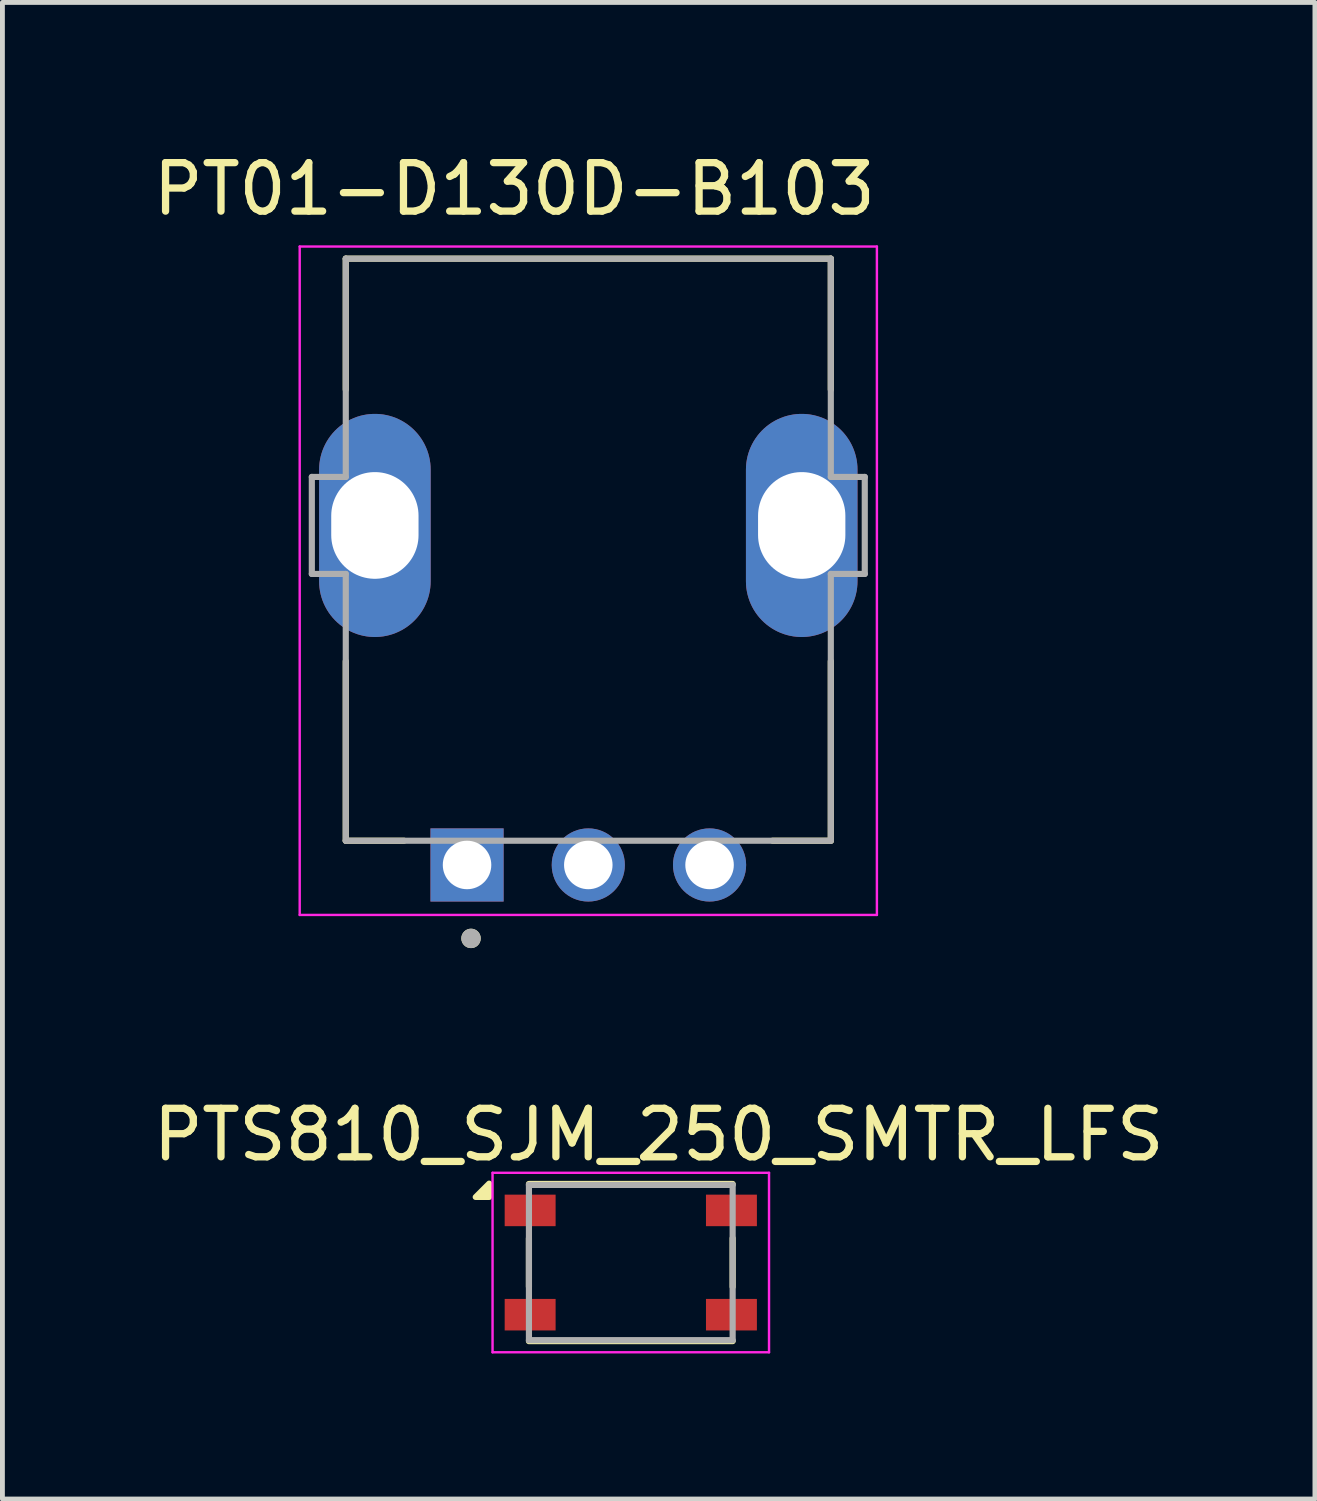
<source format=kicad_pcb>
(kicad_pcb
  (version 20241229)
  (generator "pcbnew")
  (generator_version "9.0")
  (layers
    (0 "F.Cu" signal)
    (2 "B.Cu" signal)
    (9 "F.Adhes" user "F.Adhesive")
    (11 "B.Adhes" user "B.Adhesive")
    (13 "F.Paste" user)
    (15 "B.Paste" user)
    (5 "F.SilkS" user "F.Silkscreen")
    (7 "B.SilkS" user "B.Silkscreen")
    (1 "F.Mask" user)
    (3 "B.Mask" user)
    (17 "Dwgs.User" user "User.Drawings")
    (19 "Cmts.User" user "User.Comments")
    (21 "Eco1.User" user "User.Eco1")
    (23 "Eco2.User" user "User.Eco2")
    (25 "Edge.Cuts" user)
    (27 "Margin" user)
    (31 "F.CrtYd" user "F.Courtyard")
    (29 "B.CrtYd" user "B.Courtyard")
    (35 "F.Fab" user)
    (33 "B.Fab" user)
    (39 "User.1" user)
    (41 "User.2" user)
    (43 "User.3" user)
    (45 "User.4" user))
  (footprint "PT01-D130D-B103"
    (layer "F.Cu")
    (at 9.079 7.783)
    (property "Reference" "PT01-D130D-B103" (at -1.525 -6.935 0) (layer "F.SilkS") (effects (font (size 1 1) (thickness 0.15))))
    (attr through_hole)
    (fp_line (start -5 -5.5) (end 5 -5.5) (stroke (width 0.127) (type solid)) (layer "F.SilkS"))
    (fp_line (start -5 -2.8) (end -5 -5.5) (stroke (width 0.127) (type solid)) (layer "F.SilkS"))
    (fp_line (start -5 2.8) (end -5 6.5) (stroke (width 0.127) (type solid)) (layer "F.SilkS"))
    (fp_line (start -5 6.5) (end -3.8 6.5) (stroke (width 0.127) (type solid)) (layer "F.SilkS"))
    (fp_line (start 5 -5.5) (end 5 -2.8) (stroke (width 0.127) (type solid)) (layer "F.SilkS"))
    (fp_line (start 5 2.8) (end 5 6.5) (stroke (width 0.127) (type solid)) (layer "F.SilkS"))
    (fp_line (start 5 6.5) (end 3.8 6.5) (stroke (width 0.127) (type solid)) (layer "F.SilkS"))
    (fp_circle (center -2.418 8.514) (end -2.318 8.514) (stroke (width 0.2) (type solid)) (fill no) (layer "F.SilkS"))
    (fp_line (start -5.95 -5.75) (end 5.95 -5.75) (stroke (width 0.05) (type solid)) (layer "F.CrtYd"))
    (fp_line (start -5.95 8.03) (end -5.95 -5.75) (stroke (width 0.05) (type solid)) (layer "F.CrtYd"))
    (fp_line (start 5.95 -5.75) (end 5.95 8.03) (stroke (width 0.05) (type solid)) (layer "F.CrtYd"))
    (fp_line (start 5.95 8.03) (end -5.95 8.03) (stroke (width 0.05) (type solid)) (layer "F.CrtYd"))
    (fp_line (start -5.7 -1) (end -5 -1) (stroke (width 0.127) (type solid)) (layer "F.Fab"))
    (fp_line (start -5.7 1) (end -5.7 -1) (stroke (width 0.127) (type solid)) (layer "F.Fab"))
    (fp_line (start -5 -5.5) (end 5 -5.5) (stroke (width 0.127) (type solid)) (layer "F.Fab"))
    (fp_line (start -5 -1) (end -5 -5.5) (stroke (width 0.127) (type solid)) (layer "F.Fab"))
    (fp_line (start -5 1) (end -5.7 1) (stroke (width 0.127) (type solid)) (layer "F.Fab"))
    (fp_line (start -5 6.5) (end -5 1) (stroke (width 0.127) (type solid)) (layer "F.Fab"))
    (fp_line (start -5 6.5) (end 5 6.5) (stroke (width 0.127) (type solid)) (layer "F.Fab"))
    (fp_line (start 5 -5.5) (end 5 -1) (stroke (width 0.127) (type solid)) (layer "F.Fab"))
    (fp_line (start 5 -1) (end 5.7 -1) (stroke (width 0.127) (type solid)) (layer "F.Fab"))
    (fp_line (start 5 1) (end 5 6.5) (stroke (width 0.127) (type solid)) (layer "F.Fab"))
    (fp_line (start 5.7 -1) (end 5.7 1) (stroke (width 0.127) (type solid)) (layer "F.Fab"))
    (fp_line (start 5.7 1) (end 5 1) (stroke (width 0.127) (type solid)) (layer "F.Fab"))
    (fp_circle (center -2.418 8.514) (end -2.318 8.514) (stroke (width 0.2) (type solid)) (fill no) (layer "F.Fab"))
    (pad "1" thru_hole rect (at -2.5 7) (size 1.508 1.508) (drill 1) (layers "*.Cu" "*.Mask"))
    (pad "2" thru_hole circle (at 0 7) (size 1.508 1.508) (drill 1) (layers "*.Cu" "*.Mask"))
    (pad "3" thru_hole circle (at 2.5 7) (size 1.508 1.508) (drill 1) (layers "*.Cu" "*.Mask"))
    (pad "S1" thru_hole oval (at -4.4 0) (size 2.3 4.6) (drill oval 1.8 2.2) (layers "*.Cu" "*.Mask"))
    (pad "S2" thru_hole oval (at 4.4 0) (size 2.3 4.6) (drill oval 1.8 2.2) (layers "*.Cu" "*.Mask")))
  (footprint "PTS810_SJM_250_SMTR_LFS"
    (layer "F.Cu")
    (at 9.955 22.98)
    (property "Reference" "PTS810_SJM_250_SMTR_LFS" (at 0.575 -2.635 0) (layer "F.SilkS") (effects (font (size 1 1) (thickness 0.15))))
    (attr smd)
    (fp_line (start -2.1 -1.62) (end 2.1 -1.62) (stroke (width 0.127) (type solid)) (layer "F.SilkS"))
    (fp_line (start -2.1 0.5) (end -2.1 -0.5) (stroke (width 0.127) (type solid)) (layer "F.SilkS"))
    (fp_line (start 2.1 0.5) (end 2.1 -0.5) (stroke (width 0.127) (type solid)) (layer "F.SilkS"))
    (fp_line (start 2.1 1.62) (end -2.1 1.62) (stroke (width 0.127) (type solid)) (layer "F.SilkS"))
    (fp_poly (pts (xy -2.92 -1.35) (xy -3.2 -1.35) (xy -2.92 -1.63) (xy -2.92 -1.35)) (stroke (width 0.12) (type solid)) (fill yes) (layer "F.SilkS"))
    (fp_line (start -2.85 -1.85) (end 2.85 -1.85) (stroke (width 0.05) (type solid)) (layer "F.CrtYd"))
    (fp_line (start -2.85 1.85) (end -2.85 -1.85) (stroke (width 0.05) (type solid)) (layer "F.CrtYd"))
    (fp_line (start 2.85 -1.85) (end 2.85 1.85) (stroke (width 0.05) (type solid)) (layer "F.CrtYd"))
    (fp_line (start 2.85 1.85) (end -2.85 1.85) (stroke (width 0.05) (type solid)) (layer "F.CrtYd"))
    (fp_line (start -2.1 -1.6) (end 2.1 -1.6) (stroke (width 0.127) (type solid)) (layer "F.Fab"))
    (fp_line (start -2.1 1.6) (end -2.1 -1.6) (stroke (width 0.127) (type solid)) (layer "F.Fab"))
    (fp_line (start 2.1 -1.6) (end 2.1 1.6) (stroke (width 0.127) (type solid)) (layer "F.Fab"))
    (fp_line (start 2.1 1.6) (end -2.1 1.6) (stroke (width 0.127) (type solid)) (layer "F.Fab"))
    (pad "1" smd rect (at -2.075 -1.075) (size 1.05 0.65) (layers "F.Cu" "F.Mask" "F.Paste"))
    (pad "2" smd rect (at 2.075 -1.075) (size 1.05 0.65) (layers "F.Cu" "F.Mask" "F.Paste"))
    (pad "3" smd rect (at -2.075 1.075) (size 1.05 0.65) (layers "F.Cu" "F.Mask" "F.Paste"))
    (pad "4" smd rect (at 2.075 1.075) (size 1.05 0.65) (layers "F.Cu" "F.Mask" "F.Paste")))
  (gr_rect
    (start -3 -3)
    (end 24.06 27.855)
    (stroke (width 0.1) (type default))
    (fill no)
    (layer "Edge.Cuts")))
</source>
